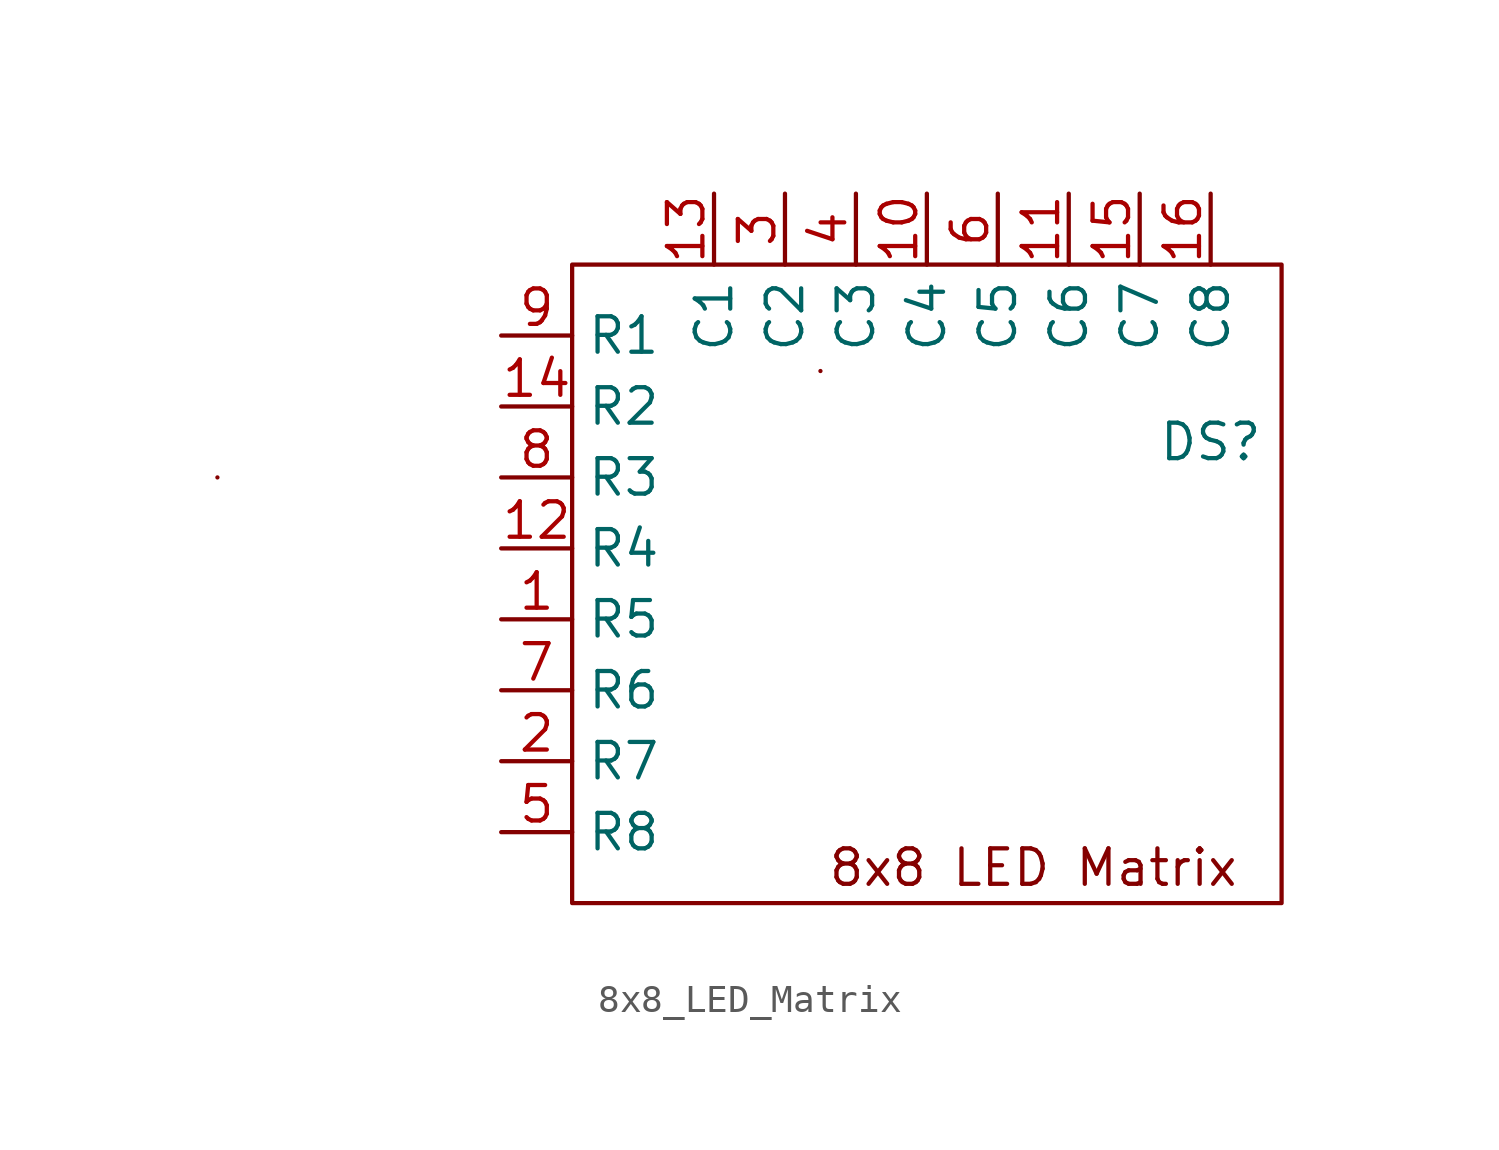
<source format=kicad_sym>
(kicad_symbol_lib
  (version 20220914)
  (generator kicad_symbol_editor)
  (symbol "8x8_LED_Matrix"
    (property "Reference" "DS"
      (at 10.16 5.08 0)
      (effects (font (size 1.27 1.27))))
    (property "Value" ""
      (at 8.89 0 0)
      (effects (font (size 1.27 1.27))))
    (symbol "8x8_LED_Matrix_1_1"
      (rectangle (start -25.4 3.81) (end -25.4 3.81) (stroke (width 0) (type default)) (fill (type none)))
      (rectangle (start -12.7 11.43) (end 12.7 -11.43) (stroke (width 0) (type default)) (fill (type none)))
      (rectangle (start -3.81 7.62) (end -3.81 7.62) (stroke (width 0) (type default)) (fill (type none)))
      (text "8x8 LED Matrix" (at 3.81 -10.16 0) (effects (font (size 1.27 1.27))))
      (pin input line (at -15.24 -1.27 0) (length 2.54) (name "R5" (effects (font (size 1.27 1.27)))) (number "1" (effects (font (size 1.27 1.27)))))
      (pin output line (at 0 13.97 270) (length 2.54) (name "C4" (effects (font (size 1.27 1.27)))) (number "10" (effects (font (size 1.27 1.27)))))
      (pin output line (at 5.08 13.97 270) (length 2.54) (name "C6" (effects (font (size 1.27 1.27)))) (number "11" (effects (font (size 1.27 1.27)))))
      (pin input line (at -15.24 1.27 0) (length 2.54) (name "R4" (effects (font (size 1.27 1.27)))) (number "12" (effects (font (size 1.27 1.27)))))
      (pin output line (at -7.62 13.97 270) (length 2.54) (name "C1" (effects (font (size 1.27 1.27)))) (number "13" (effects (font (size 1.27 1.27)))))
      (pin input line (at -15.24 6.35 0) (length 2.54) (name "R2" (effects (font (size 1.27 1.27)))) (number "14" (effects (font (size 1.27 1.27)))))
      (pin output line (at 7.62 13.97 270) (length 2.54) (name "C7" (effects (font (size 1.27 1.27)))) (number "15" (effects (font (size 1.27 1.27)))))
      (pin output line (at 10.16 13.97 270) (length 2.54) (name "C8" (effects (font (size 1.27 1.27)))) (number "16" (effects (font (size 1.27 1.27)))))
      (pin input line (at -15.24 -6.35 0) (length 2.54) (name "R7" (effects (font (size 1.27 1.27)))) (number "2" (effects (font (size 1.27 1.27)))))
      (pin output line (at -5.08 13.97 270) (length 2.54) (name "C2" (effects (font (size 1.27 1.27)))) (number "3" (effects (font (size 1.27 1.27)))))
      (pin output line (at -2.54 13.97 270) (length 2.54) (name "C3" (effects (font (size 1.27 1.27)))) (number "4" (effects (font (size 1.27 1.27)))))
      (pin input line (at -15.24 -8.89 0) (length 2.54) (name "R8" (effects (font (size 1.27 1.27)))) (number "5" (effects (font (size 1.27 1.27)))))
      (pin output line (at 2.54 13.97 270) (length 2.54) (name "C5" (effects (font (size 1.27 1.27)))) (number "6" (effects (font (size 1.27 1.27)))))
      (pin input line (at -15.24 -3.81 0) (length 2.54) (name "R6" (effects (font (size 1.27 1.27)))) (number "7" (effects (font (size 1.27 1.27)))))
      (pin input line (at -15.24 3.81 0) (length 2.54) (name "R3" (effects (font (size 1.27 1.27)))) (number "8" (effects (font (size 1.27 1.27)))))
      (pin input line (at -15.24 8.89 0) (length 2.54) (name "R1" (effects (font (size 1.27 1.27)))) (number "9" (effects (font (size 1.27 1.27))))))))
</source>
